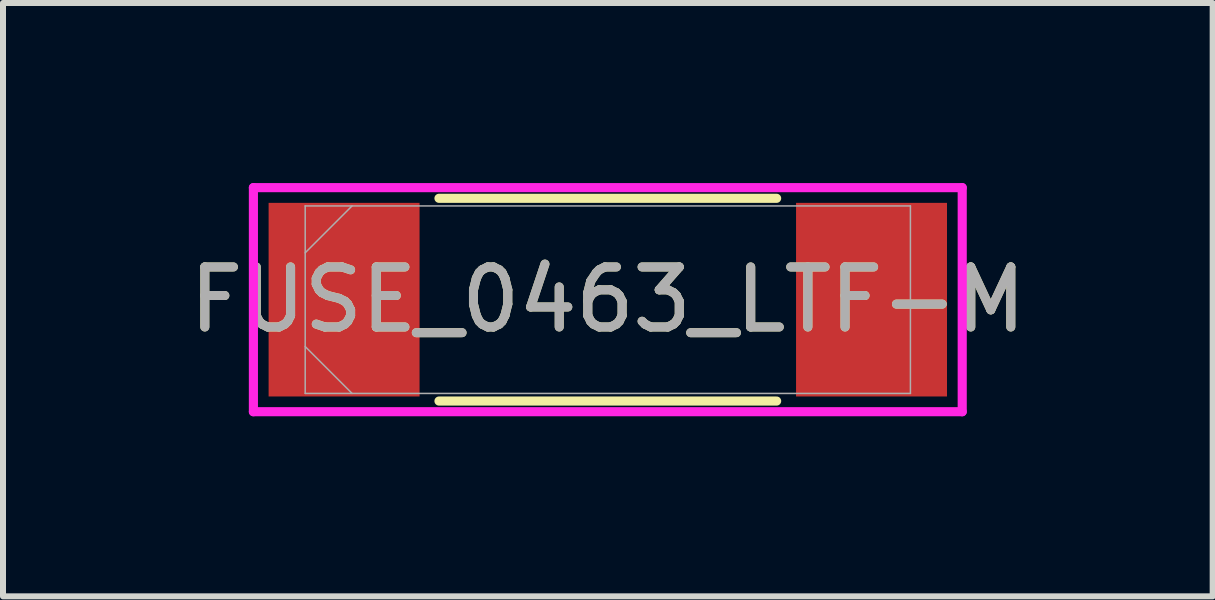
<source format=kicad_pcb>
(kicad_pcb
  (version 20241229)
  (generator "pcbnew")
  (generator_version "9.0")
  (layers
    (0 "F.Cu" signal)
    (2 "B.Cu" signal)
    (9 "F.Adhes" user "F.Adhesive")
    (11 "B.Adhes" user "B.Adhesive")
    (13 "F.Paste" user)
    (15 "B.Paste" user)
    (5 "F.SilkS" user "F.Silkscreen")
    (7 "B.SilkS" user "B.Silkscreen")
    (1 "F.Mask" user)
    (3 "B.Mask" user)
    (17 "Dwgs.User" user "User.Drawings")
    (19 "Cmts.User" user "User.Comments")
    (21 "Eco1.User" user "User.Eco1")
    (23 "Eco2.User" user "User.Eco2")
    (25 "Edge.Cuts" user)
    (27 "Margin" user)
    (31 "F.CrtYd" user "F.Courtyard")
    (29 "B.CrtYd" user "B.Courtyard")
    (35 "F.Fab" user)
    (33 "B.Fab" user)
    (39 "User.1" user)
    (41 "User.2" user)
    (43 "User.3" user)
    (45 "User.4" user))
  (footprint "FUSE_0463_LTF-M"
    (layer "F.Cu")
    (at 7.077 1.943)
    (property "Reference" "FUSE_0463_LTF-M" (at 0 0 0) (unlocked yes) (layer "F.SilkS") (effects (font (size 1 1) (thickness 0.15))))
    (attr smd)
    (fp_line (start -2.813 1.689) (end 2.813 1.689) (stroke (width 0.152) (type solid)) (layer "F.SilkS"))
    (fp_line (start 2.813 -1.689) (end -2.813 -1.689) (stroke (width 0.152) (type solid)) (layer "F.SilkS"))
    (fp_line (start -5.905 -1.867) (end 5.905 -1.867) (stroke (width 0.152) (type solid)) (layer "F.CrtYd"))
    (fp_line (start -5.905 1.867) (end -5.905 -1.867) (stroke (width 0.152) (type solid)) (layer "F.CrtYd"))
    (fp_line (start 5.905 -1.867) (end 5.905 1.867) (stroke (width 0.152) (type solid)) (layer "F.CrtYd"))
    (fp_line (start 5.905 1.867) (end -5.905 1.867) (stroke (width 0.152) (type solid)) (layer "F.CrtYd"))
    (fp_line (start -5.042 -1.562) (end -5.042 1.562) (stroke (width 0.025) (type solid)) (layer "F.Fab"))
    (fp_line (start -5.042 -0.781) (end -4.261 -1.562) (stroke (width 0.025) (type solid)) (layer "F.Fab"))
    (fp_line (start -5.042 0.781) (end -4.261 1.562) (stroke (width 0.025) (type solid)) (layer "F.Fab"))
    (fp_line (start -5.042 1.562) (end 5.042 1.562) (stroke (width 0.025) (type solid)) (layer "F.Fab"))
    (fp_line (start 5.042 -1.562) (end -5.042 -1.562) (stroke (width 0.025) (type solid)) (layer "F.Fab"))
    (fp_line (start 5.042 1.562) (end 5.042 -1.562) (stroke (width 0.025) (type solid)) (layer "F.Fab"))
    (fp_text user "${REFERENCE}" (at 0 0 0) (unlocked yes) (layer "F.Fab") (effects (font (size 1 1) (thickness 0.15))))
    (pad "1" smd rect (at -4.394 0) (size 2.515 3.226) (layers "F.Cu" "F.Mask" "F.Paste"))
    (pad "2" smd rect (at 4.394 0) (size 2.515 3.226) (layers "F.Cu" "F.Mask" "F.Paste"))
    (zone (net_name "") (layer "F.Cu") (hatch full 0.508) (connect_pads) (min_thickness 0.254) (filled_areas_thickness no) (keepout (tracks not_allowed) (vias not_allowed) (pads allowed) (copperpour not_allowed) (footprints allowed)) (placement (enabled no)) (fill) (polygon (pts (xy 3.991 0.381) (xy 10.163 0.381) (xy 10.163 3.505) (xy 3.991 3.505)))))
  (gr_rect
    (start -3 -3)
    (end 17.155 6.886)
    (stroke (width 0.1) (type default))
    (fill no)
    (layer "Edge.Cuts")))
</source>
